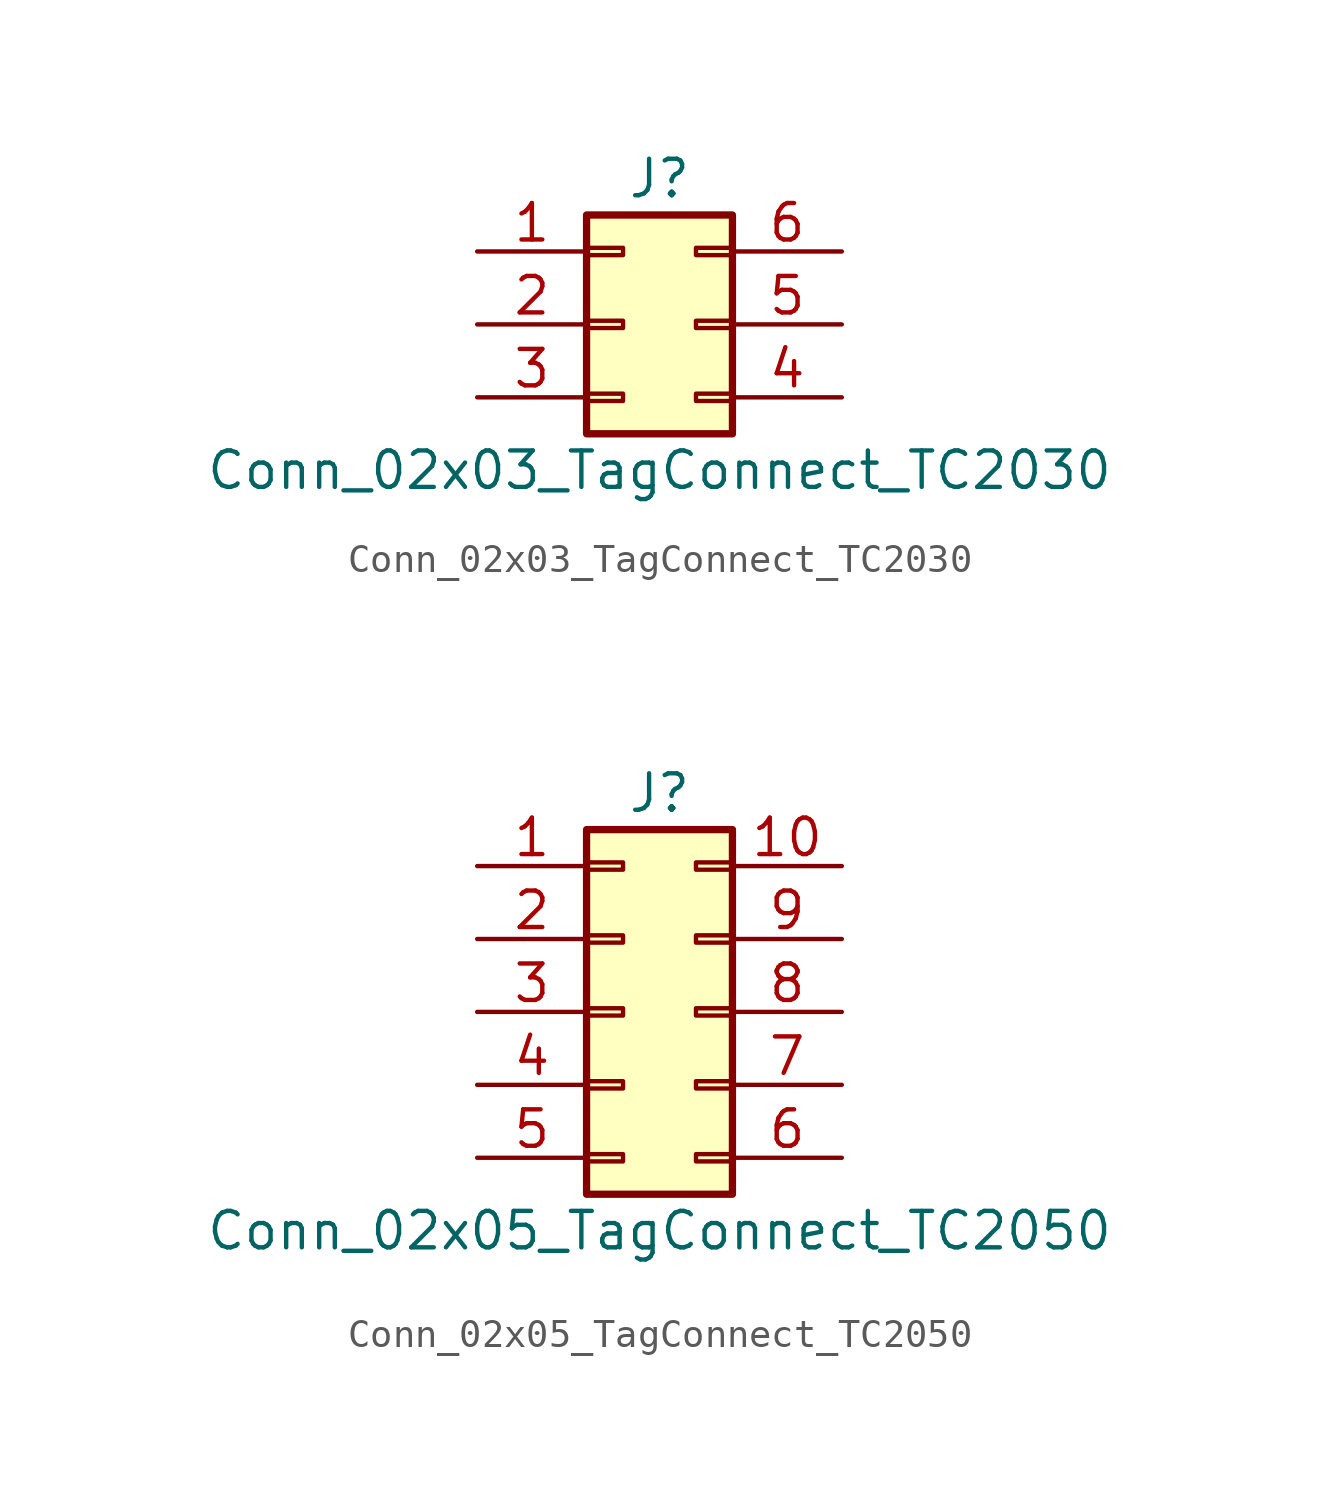
<source format=kicad_sym>
(kicad_symbol_lib
  (version 20220914)
  (generator kicad_symbol_editor)
  (symbol "Conn_02x03_TagConnect_TC2030"
    (pin_names
      (offset 1.016) hide)
    (property "Reference" "J"
      (at 1.27 5.08 0)
      (effects (font (size 1.27 1.27))))
    (property "Value" "Conn_02x03_TagConnect_TC2030"
      (at 1.27 -5.08 0)
      (effects (font (size 1.27 1.27))))
    (symbol "Conn_02x03_TagConnect_TC2030_1_1"
      (rectangle (start -1.27 -2.413) (end 0 -2.667) (stroke (width 0.152) (type default)) (fill (type none)))
      (rectangle (start -1.27 0.127) (end 0 -0.127) (stroke (width 0.152) (type default)) (fill (type none)))
      (rectangle (start -1.27 2.667) (end 0 2.413) (stroke (width 0.152) (type default)) (fill (type none)))
      (rectangle (start -1.27 3.81) (end 3.81 -3.81) (stroke (width 0.254) (type default)) (fill (type background)))
      (rectangle (start 3.81 -2.413) (end 2.54 -2.667) (stroke (width 0.152) (type default)) (fill (type none)))
      (rectangle (start 3.81 0.127) (end 2.54 -0.127) (stroke (width 0.152) (type default)) (fill (type none)))
      (rectangle (start 3.81 2.667) (end 2.54 2.413) (stroke (width 0.152) (type default)) (fill (type none)))
      (pin passive line (at -5.08 2.54 0) (length 3.81) (name "Pin_1" (effects (font (size 1.27 1.27)))) (number "1" (effects (font (size 1.27 1.27)))))
      (pin passive line (at -5.08 0 0) (length 3.81) (name "Pin_2" (effects (font (size 1.27 1.27)))) (number "2" (effects (font (size 1.27 1.27)))))
      (pin passive line (at -5.08 -2.54 0) (length 3.81) (name "Pin_3" (effects (font (size 1.27 1.27)))) (number "3" (effects (font (size 1.27 1.27)))))
      (pin passive line (at 7.62 -2.54 180) (length 3.81) (name "Pin_4" (effects (font (size 1.27 1.27)))) (number "4" (effects (font (size 1.27 1.27)))))
      (pin passive line (at 7.62 0 180) (length 3.81) (name "Pin_5" (effects (font (size 1.27 1.27)))) (number "5" (effects (font (size 1.27 1.27)))))
      (pin passive line (at 7.62 2.54 180) (length 3.81) (name "Pin_6" (effects (font (size 1.27 1.27)))) (number "6" (effects (font (size 1.27 1.27)))))))
  (symbol "Conn_02x05_TagConnect_TC2050"
    (pin_names
      (offset 1.016) hide)
    (property "Reference" "J"
      (at 1.27 7.62 0)
      (effects (font (size 1.27 1.27))))
    (property "Value" "Conn_02x05_TagConnect_TC2050"
      (at 1.27 -7.62 0)
      (effects (font (size 1.27 1.27))))
    (symbol "Conn_02x05_TagConnect_TC2050_1_1"
      (rectangle (start -1.27 -4.953) (end 0 -5.207) (stroke (width 0.152) (type default)) (fill (type none)))
      (rectangle (start -1.27 -2.413) (end 0 -2.667) (stroke (width 0.152) (type default)) (fill (type none)))
      (rectangle (start -1.27 0.127) (end 0 -0.127) (stroke (width 0.152) (type default)) (fill (type none)))
      (rectangle (start -1.27 2.667) (end 0 2.413) (stroke (width 0.152) (type default)) (fill (type none)))
      (rectangle (start -1.27 5.207) (end 0 4.953) (stroke (width 0.152) (type default)) (fill (type none)))
      (rectangle (start -1.27 6.35) (end 3.81 -6.35) (stroke (width 0.254) (type default)) (fill (type background)))
      (rectangle (start 3.81 -4.953) (end 2.54 -5.207) (stroke (width 0.152) (type default)) (fill (type none)))
      (rectangle (start 3.81 -2.413) (end 2.54 -2.667) (stroke (width 0.152) (type default)) (fill (type none)))
      (rectangle (start 3.81 0.127) (end 2.54 -0.127) (stroke (width 0.152) (type default)) (fill (type none)))
      (rectangle (start 3.81 2.667) (end 2.54 2.413) (stroke (width 0.152) (type default)) (fill (type none)))
      (rectangle (start 3.81 5.207) (end 2.54 4.953) (stroke (width 0.152) (type default)) (fill (type none)))
      (pin passive line (at -5.08 5.08 0) (length 3.81) (name "Pin_1" (effects (font (size 1.27 1.27)))) (number "1" (effects (font (size 1.27 1.27)))))
      (pin passive line (at 7.62 5.08 180) (length 3.81) (name "Pin_10" (effects (font (size 1.27 1.27)))) (number "10" (effects (font (size 1.27 1.27)))))
      (pin passive line (at -5.08 2.54 0) (length 3.81) (name "Pin_2" (effects (font (size 1.27 1.27)))) (number "2" (effects (font (size 1.27 1.27)))))
      (pin passive line (at -5.08 0 0) (length 3.81) (name "Pin_3" (effects (font (size 1.27 1.27)))) (number "3" (effects (font (size 1.27 1.27)))))
      (pin passive line (at -5.08 -2.54 0) (length 3.81) (name "Pin_4" (effects (font (size 1.27 1.27)))) (number "4" (effects (font (size 1.27 1.27)))))
      (pin passive line (at -5.08 -5.08 0) (length 3.81) (name "Pin_5" (effects (font (size 1.27 1.27)))) (number "5" (effects (font (size 1.27 1.27)))))
      (pin passive line (at 7.62 -5.08 180) (length 3.81) (name "Pin_6" (effects (font (size 1.27 1.27)))) (number "6" (effects (font (size 1.27 1.27)))))
      (pin passive line (at 7.62 -2.54 180) (length 3.81) (name "Pin_7" (effects (font (size 1.27 1.27)))) (number "7" (effects (font (size 1.27 1.27)))))
      (pin passive line (at 7.62 0 180) (length 3.81) (name "Pin_8" (effects (font (size 1.27 1.27)))) (number "8" (effects (font (size 1.27 1.27)))))
      (pin passive line (at 7.62 2.54 180) (length 3.81) (name "Pin_9" (effects (font (size 1.27 1.27)))) (number "9" (effects (font (size 1.27 1.27))))))))
</source>
